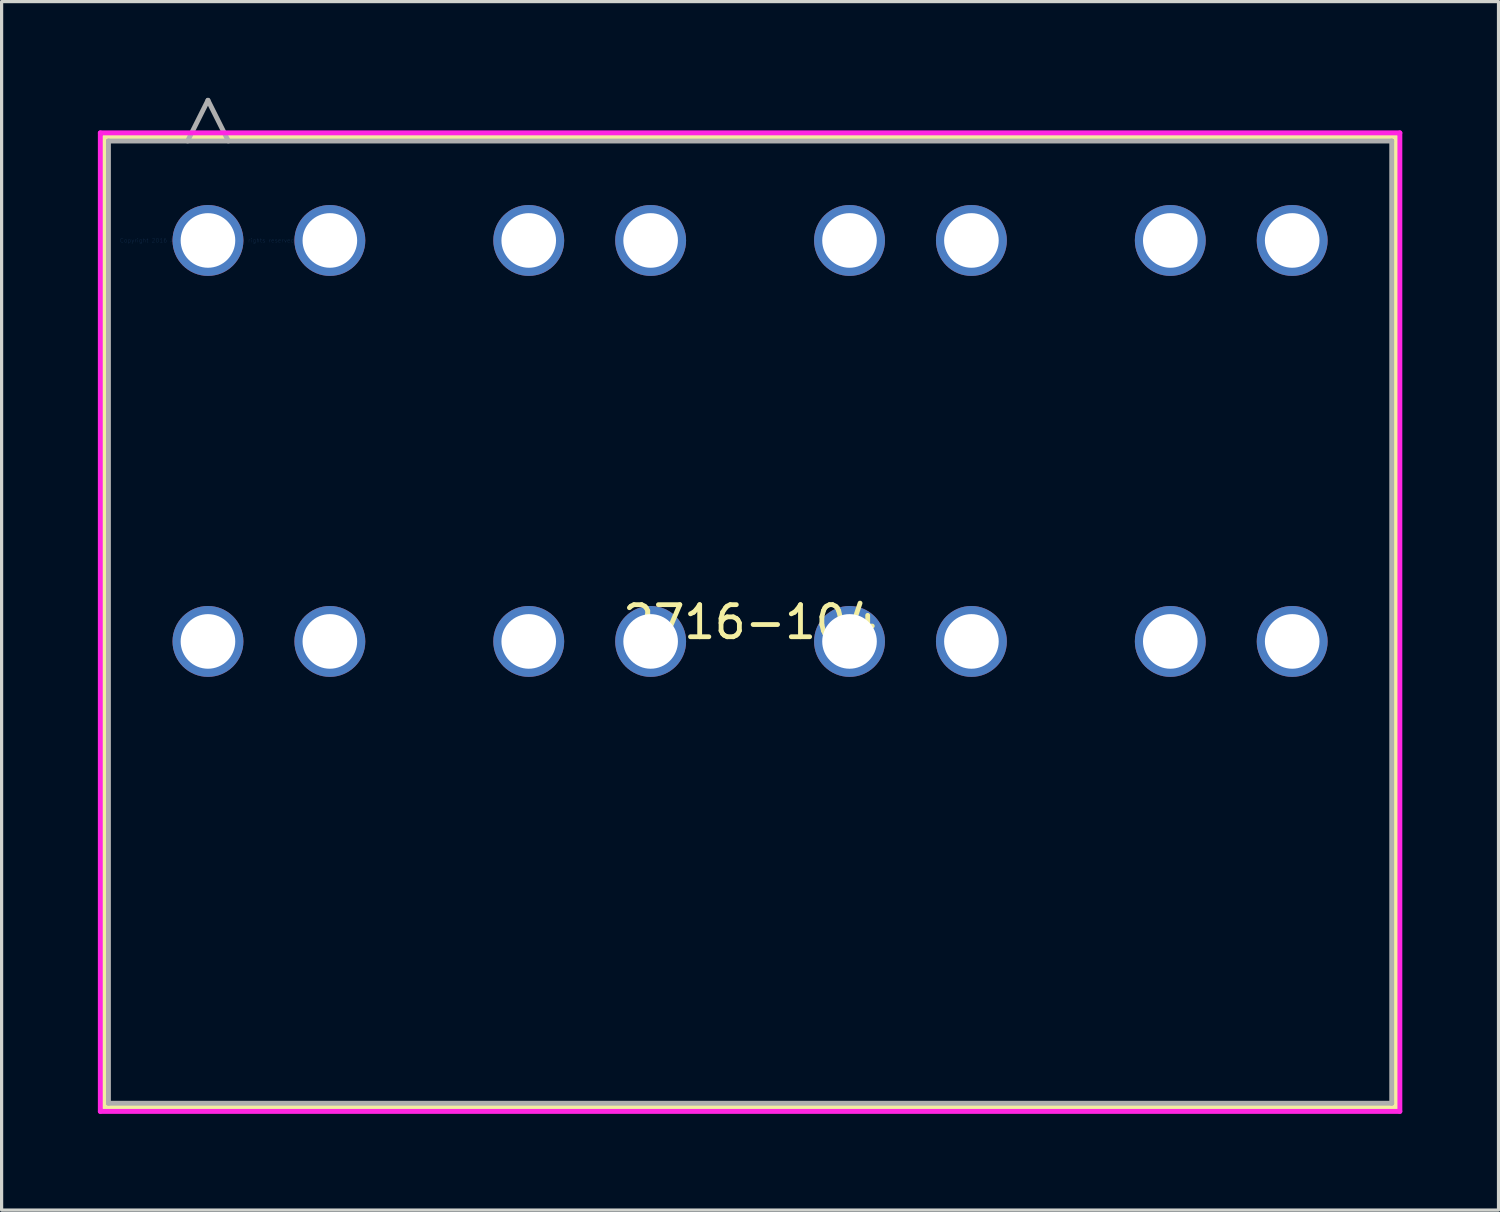
<source format=kicad_pcb>
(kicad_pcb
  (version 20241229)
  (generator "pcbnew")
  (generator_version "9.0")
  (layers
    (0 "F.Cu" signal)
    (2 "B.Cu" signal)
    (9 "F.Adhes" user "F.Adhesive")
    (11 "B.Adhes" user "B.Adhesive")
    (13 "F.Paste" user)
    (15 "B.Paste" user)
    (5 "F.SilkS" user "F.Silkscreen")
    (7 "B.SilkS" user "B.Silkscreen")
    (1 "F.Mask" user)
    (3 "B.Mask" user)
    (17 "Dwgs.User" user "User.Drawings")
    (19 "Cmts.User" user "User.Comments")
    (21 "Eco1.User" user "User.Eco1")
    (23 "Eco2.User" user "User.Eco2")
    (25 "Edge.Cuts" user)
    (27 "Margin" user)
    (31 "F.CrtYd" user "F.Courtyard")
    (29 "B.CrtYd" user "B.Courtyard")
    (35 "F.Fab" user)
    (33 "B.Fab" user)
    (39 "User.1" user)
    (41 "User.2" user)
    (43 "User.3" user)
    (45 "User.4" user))
  (footprint "2716-104"
    (layer "F.Cu")
    (at 3.433 4.446)
    (property "Reference" "2716-104" (at 16.9 11.899 0) (layer "F.SilkS") (effects (font (size 1 1) (thickness 0.15))))
    (attr through_hole)
    (fp_line (start -3.229 -3.227) (end -3.229 27.024) (stroke (width 0.152) (type solid)) (layer "F.SilkS"))
    (fp_line (start -3.229 27.024) (end 37.03 27.024) (stroke (width 0.152) (type solid)) (layer "F.SilkS"))
    (fp_line (start 37.03 -3.227) (end -3.229 -3.227) (stroke (width 0.152) (type solid)) (layer "F.SilkS"))
    (fp_line (start 37.03 27.024) (end 37.03 -3.227) (stroke (width 0.152) (type solid)) (layer "F.SilkS"))
    (fp_line (start -3.356 -3.354) (end 37.157 -3.354) (stroke (width 0.152) (type solid)) (layer "F.CrtYd"))
    (fp_line (start -3.356 27.151) (end -3.356 -3.354) (stroke (width 0.152) (type solid)) (layer "F.CrtYd"))
    (fp_line (start 37.157 -3.354) (end 37.157 27.151) (stroke (width 0.152) (type solid)) (layer "F.CrtYd"))
    (fp_line (start 37.157 27.151) (end -3.356 27.151) (stroke (width 0.152) (type solid)) (layer "F.CrtYd"))
    (fp_line (start -3.102 -3.1) (end -3.102 26.897) (stroke (width 0.152) (type solid)) (layer "F.Fab"))
    (fp_line (start -3.102 26.897) (end 36.903 26.897) (stroke (width 0.152) (type solid)) (layer "F.Fab"))
    (fp_line (start -0.635 -3.1) (end 0 -4.37) (stroke (width 0.152) (type solid)) (layer "F.Fab"))
    (fp_line (start 0.635 -3.1) (end 0 -4.37) (stroke (width 0.152) (type solid)) (layer "F.Fab"))
    (fp_line (start 36.903 -3.1) (end -3.102 -3.1) (stroke (width 0.152) (type solid)) (layer "F.Fab"))
    (fp_line (start 36.903 26.897) (end 36.903 -3.1) (stroke (width 0.152) (type solid)) (layer "F.Fab"))
    (fp_text user "*" (at 0 0 0) (layer "F.SilkS") (effects (font (size 1 1) (thickness 0.15))))
    (fp_text user "Copyright 2016 Accelerated Designs. All rights reserved." (at 0 0 0) (layer "Cmts.User") (effects (font (size 0.127 0.127) (thickness 0.002))))
    (fp_text user "*" (at 0 0 0) (layer "F.Fab") (effects (font (size 1 1) (thickness 0.15))))
    (pad "1" thru_hole circle (at -0.000001 0) (size 2.21 2.21) (drill 1.702) (layers "*.Cu" "*.Mask"))
    (pad "2" thru_hole circle (at 3.8 0) (size 2.21 2.21) (drill 1.702) (layers "*.Cu" "*.Mask"))
    (pad "3" thru_hole circle (at -0.000001 12.5) (size 2.21 2.21) (drill 1.702) (layers "*.Cu" "*.Mask"))
    (pad "4" thru_hole circle (at 3.8 12.5) (size 2.21 2.21) (drill 1.702) (layers "*.Cu" "*.Mask"))
    (pad "5" thru_hole circle (at 10 0) (size 2.21 2.21) (drill 1.702) (layers "*.Cu" "*.Mask"))
    (pad "6" thru_hole circle (at 13.8 0) (size 2.21 2.21) (drill 1.702) (layers "*.Cu" "*.Mask"))
    (pad "7" thru_hole circle (at 10 12.5) (size 2.21 2.21) (drill 1.702) (layers "*.Cu" "*.Mask"))
    (pad "8" thru_hole circle (at 13.8 12.5) (size 2.21 2.21) (drill 1.702) (layers "*.Cu" "*.Mask"))
    (pad "9" thru_hole circle (at 20 0) (size 2.21 2.21) (drill 1.702) (layers "*.Cu" "*.Mask"))
    (pad "10" thru_hole circle (at 23.8 0) (size 2.21 2.21) (drill 1.702) (layers "*.Cu" "*.Mask"))
    (pad "11" thru_hole circle (at 20 12.5) (size 2.21 2.21) (drill 1.702) (layers "*.Cu" "*.Mask"))
    (pad "12" thru_hole circle (at 23.8 12.5) (size 2.21 2.21) (drill 1.702) (layers "*.Cu" "*.Mask"))
    (pad "13" thru_hole circle (at 30 0) (size 2.21 2.21) (drill 1.702) (layers "*.Cu" "*.Mask"))
    (pad "14" thru_hole circle (at 33.8 0) (size 2.21 2.21) (drill 1.702) (layers "*.Cu" "*.Mask"))
    (pad "15" thru_hole circle (at 30 12.5) (size 2.21 2.21) (drill 1.702) (layers "*.Cu" "*.Mask"))
    (pad "16" thru_hole circle (at 33.8 12.5) (size 2.21 2.21) (drill 1.702) (layers "*.Cu" "*.Mask")))
  (gr_rect
    (start -3 -3)
    (end 43.665 34.674)
    (stroke (width 0.1) (type default))
    (fill no)
    (layer "Edge.Cuts")))
</source>
